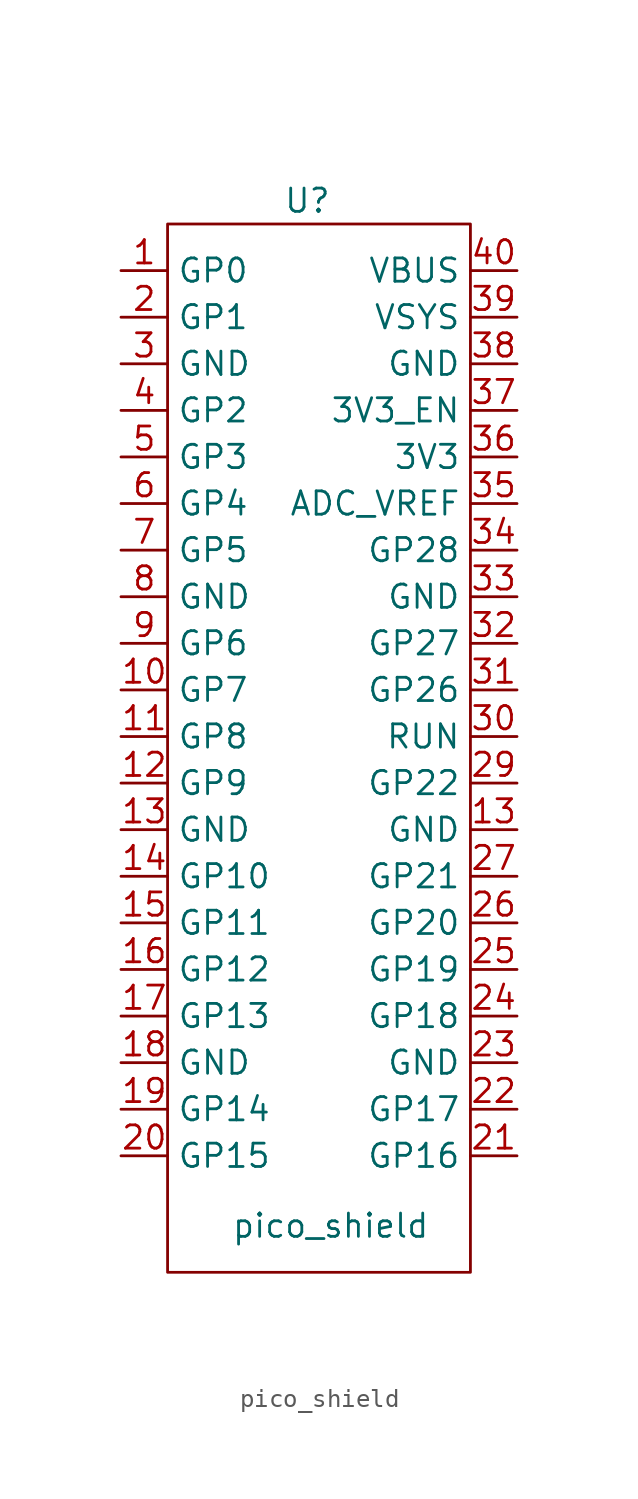
<source format=kicad_sym>
(kicad_symbol_lib
  (version 20211014)
  (generator kicad_symbol_editor)
  (symbol "pico_shield"
    (property "Reference" "U"
      (at 1.27 7.62 0)
      (effects (font (size 1.27 1.27))))
    (property "Value" "pico_shield"
      (at 2.54 -48.26 0)
      (effects (font (size 1.27 1.27))))
    (symbol "pico_shield_0_1"
      (rectangle (start -6.35 6.35) (end 10.16 -50.8) (stroke (width 0) (type default) (color 0 0 0 0)) (fill (type none))))
    (symbol "pico_shield_1_1"
      (pin bidirectional line (at -8.89 3.81 0) (length 2.54) (name "GP0" (effects (font (size 1.27 1.27)))) (number "1" (effects (font (size 1.27 1.27)))))
      (pin bidirectional line (at -8.89 -19.05 0) (length 2.54) (name "GP7" (effects (font (size 1.27 1.27)))) (number "10" (effects (font (size 1.27 1.27)))))
      (pin bidirectional line (at -8.89 -21.59 0) (length 2.54) (name "GP8" (effects (font (size 1.27 1.27)))) (number "11" (effects (font (size 1.27 1.27)))))
      (pin bidirectional line (at -8.89 -24.13 0) (length 2.54) (name "GP9" (effects (font (size 1.27 1.27)))) (number "12" (effects (font (size 1.27 1.27)))))
      (pin power_in line (at -8.89 -26.67 0) (length 2.54) (name "GND" (effects (font (size 1.27 1.27)))) (number "13" (effects (font (size 1.27 1.27)))))
      (pin power_in line (at 12.7 -26.67 180) (length 2.54) (name "GND" (effects (font (size 1.27 1.27)))) (number "13" (effects (font (size 1.27 1.27)))))
      (pin bidirectional line (at -8.89 -29.21 0) (length 2.54) (name "GP10" (effects (font (size 1.27 1.27)))) (number "14" (effects (font (size 1.27 1.27)))))
      (pin bidirectional line (at -8.89 -31.75 0) (length 2.54) (name "GP11" (effects (font (size 1.27 1.27)))) (number "15" (effects (font (size 1.27 1.27)))))
      (pin bidirectional line (at -8.89 -34.29 0) (length 2.54) (name "GP12" (effects (font (size 1.27 1.27)))) (number "16" (effects (font (size 1.27 1.27)))))
      (pin bidirectional line (at -8.89 -36.83 0) (length 2.54) (name "GP13" (effects (font (size 1.27 1.27)))) (number "17" (effects (font (size 1.27 1.27)))))
      (pin power_in line (at -8.89 -39.37 0) (length 2.54) (name "GND" (effects (font (size 1.27 1.27)))) (number "18" (effects (font (size 1.27 1.27)))))
      (pin bidirectional line (at -8.89 -41.91 0) (length 2.54) (name "GP14" (effects (font (size 1.27 1.27)))) (number "19" (effects (font (size 1.27 1.27)))))
      (pin bidirectional line (at -8.89 1.27 0) (length 2.54) (name "GP1" (effects (font (size 1.27 1.27)))) (number "2" (effects (font (size 1.27 1.27)))))
      (pin bidirectional line (at -8.89 -44.45 0) (length 2.54) (name "GP15" (effects (font (size 1.27 1.27)))) (number "20" (effects (font (size 1.27 1.27)))))
      (pin bidirectional line (at 12.7 -44.45 180) (length 2.54) (name "GP16" (effects (font (size 1.27 1.27)))) (number "21" (effects (font (size 1.27 1.27)))))
      (pin bidirectional line (at 12.7 -41.91 180) (length 2.54) (name "GP17" (effects (font (size 1.27 1.27)))) (number "22" (effects (font (size 1.27 1.27)))))
      (pin power_in line (at 12.7 -39.37 180) (length 2.54) (name "GND" (effects (font (size 1.27 1.27)))) (number "23" (effects (font (size 1.27 1.27)))))
      (pin bidirectional line (at 12.7 -36.83 180) (length 2.54) (name "GP18" (effects (font (size 1.27 1.27)))) (number "24" (effects (font (size 1.27 1.27)))))
      (pin bidirectional line (at 12.7 -34.29 180) (length 2.54) (name "GP19" (effects (font (size 1.27 1.27)))) (number "25" (effects (font (size 1.27 1.27)))))
      (pin bidirectional line (at 12.7 -31.75 180) (length 2.54) (name "GP20" (effects (font (size 1.27 1.27)))) (number "26" (effects (font (size 1.27 1.27)))))
      (pin bidirectional line (at 12.7 -29.21 180) (length 2.54) (name "GP21" (effects (font (size 1.27 1.27)))) (number "27" (effects (font (size 1.27 1.27)))))
      (pin bidirectional line (at 12.7 -24.13 180) (length 2.54) (name "GP22" (effects (font (size 1.27 1.27)))) (number "29" (effects (font (size 1.27 1.27)))))
      (pin power_in line (at -8.89 -1.27 0) (length 2.54) (name "GND" (effects (font (size 1.27 1.27)))) (number "3" (effects (font (size 1.27 1.27)))))
      (pin bidirectional line (at 12.7 -21.59 180) (length 2.54) (name "RUN" (effects (font (size 1.27 1.27)))) (number "30" (effects (font (size 1.27 1.27)))))
      (pin bidirectional line (at 12.7 -19.05 180) (length 2.54) (name "GP26" (effects (font (size 1.27 1.27)))) (number "31" (effects (font (size 1.27 1.27)))))
      (pin bidirectional line (at 12.7 -16.51 180) (length 2.54) (name "GP27" (effects (font (size 1.27 1.27)))) (number "32" (effects (font (size 1.27 1.27)))))
      (pin power_in line (at 12.7 -13.97 180) (length 2.54) (name "GND" (effects (font (size 1.27 1.27)))) (number "33" (effects (font (size 1.27 1.27)))))
      (pin bidirectional line (at 12.7 -11.43 180) (length 2.54) (name "GP28" (effects (font (size 1.27 1.27)))) (number "34" (effects (font (size 1.27 1.27)))))
      (pin power_out line (at 12.7 -8.89 180) (length 2.54) (name "ADC_VREF" (effects (font (size 1.27 1.27)))) (number "35" (effects (font (size 1.27 1.27)))))
      (pin output line (at 12.7 -6.35 180) (length 2.54) (name "3V3" (effects (font (size 1.27 1.27)))) (number "36" (effects (font (size 1.27 1.27)))))
      (pin input line (at 12.7 -3.81 180) (length 2.54) (name "3V3_EN" (effects (font (size 1.27 1.27)))) (number "37" (effects (font (size 1.27 1.27)))))
      (pin power_in line (at 12.7 -1.27 180) (length 2.54) (name "GND" (effects (font (size 1.27 1.27)))) (number "38" (effects (font (size 1.27 1.27)))))
      (pin power_in line (at 12.7 1.27 180) (length 2.54) (name "VSYS" (effects (font (size 1.27 1.27)))) (number "39" (effects (font (size 1.27 1.27)))))
      (pin bidirectional line (at -8.89 -3.81 0) (length 2.54) (name "GP2" (effects (font (size 1.27 1.27)))) (number "4" (effects (font (size 1.27 1.27)))))
      (pin output line (at 12.7 3.81 180) (length 2.54) (name "VBUS" (effects (font (size 1.27 1.27)))) (number "40" (effects (font (size 1.27 1.27)))))
      (pin bidirectional line (at -8.89 -6.35 0) (length 2.54) (name "GP3" (effects (font (size 1.27 1.27)))) (number "5" (effects (font (size 1.27 1.27)))))
      (pin bidirectional line (at -8.89 -8.89 0) (length 2.54) (name "GP4" (effects (font (size 1.27 1.27)))) (number "6" (effects (font (size 1.27 1.27)))))
      (pin bidirectional line (at -8.89 -11.43 0) (length 2.54) (name "GP5" (effects (font (size 1.27 1.27)))) (number "7" (effects (font (size 1.27 1.27)))))
      (pin power_in line (at -8.89 -13.97 0) (length 2.54) (name "GND" (effects (font (size 1.27 1.27)))) (number "8" (effects (font (size 1.27 1.27)))))
      (pin bidirectional line (at -8.89 -16.51 0) (length 2.54) (name "GP6" (effects (font (size 1.27 1.27)))) (number "9" (effects (font (size 1.27 1.27))))))))
</source>
